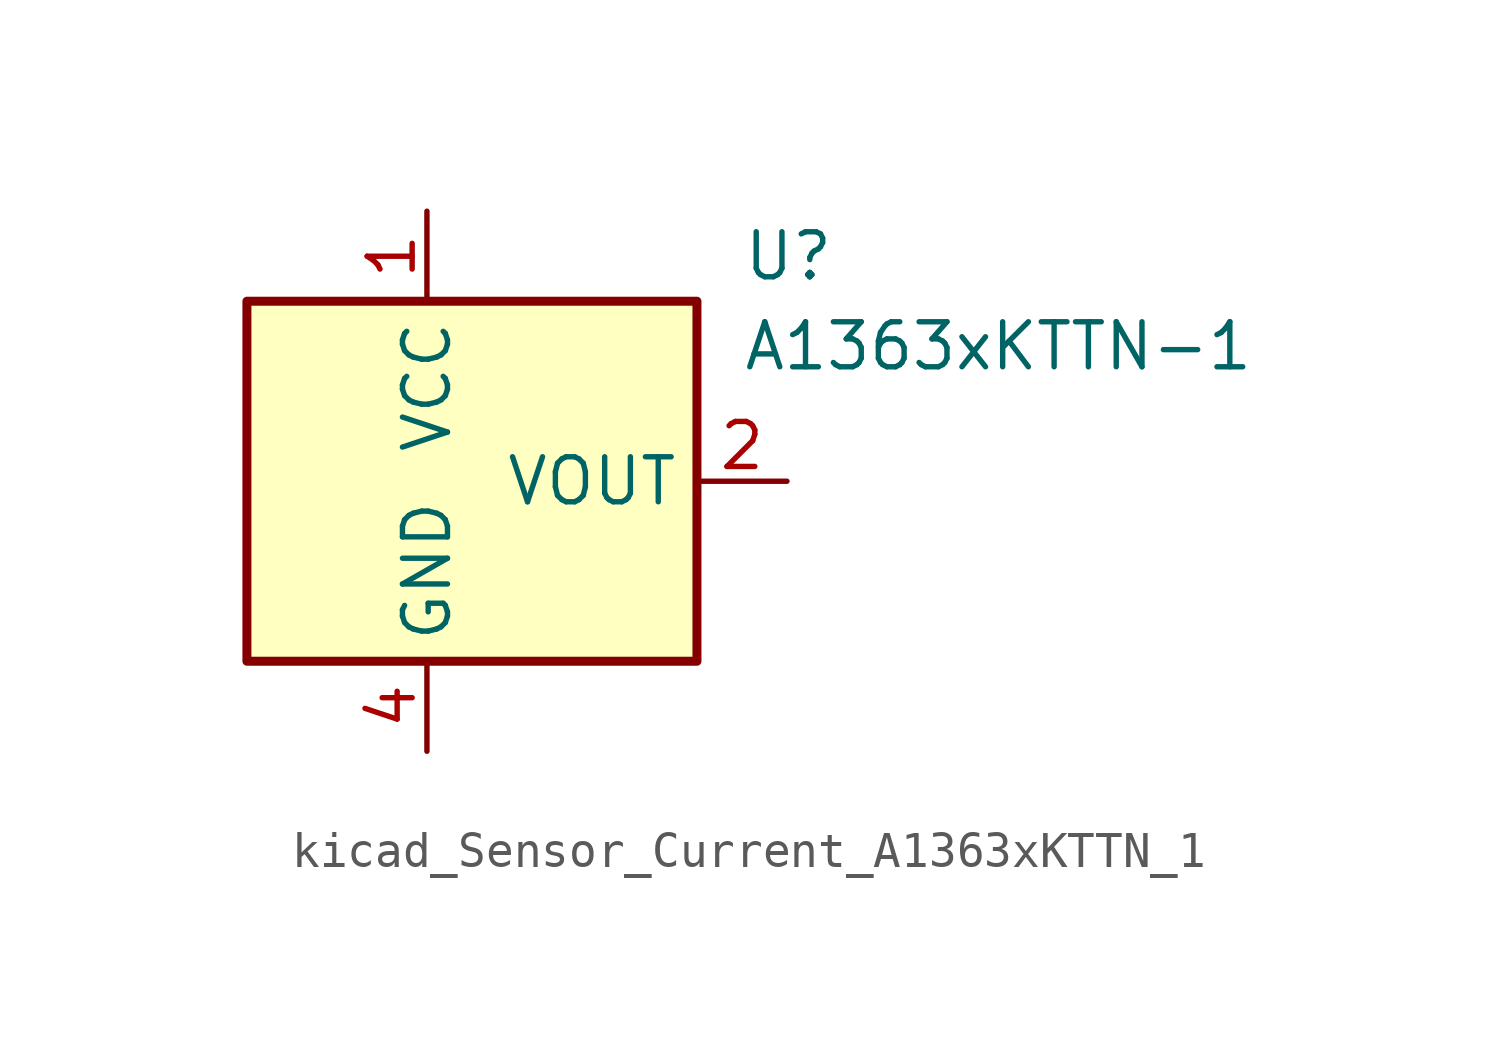
<source format=kicad_sym>
(kicad_symbol_lib
  (version 20220914)
  (generator kicad_symbol_editor)
  (symbol "kicad_Sensor_Current_A1363xKTTN_1"
    (property "Reference" "U"
      (at 8.89 6.35 0)
      (effects (font (size 1.27 1.27)) (justify left)))
    (property "Value" "A1363xKTTN-1"
      (at 8.89 3.81 0)
      (effects (font (size 1.27 1.27)) (justify left)))
    (symbol "kicad_Sensor_Current_A1363xKTTN_1_0_1"
      (rectangle (start -5.08 5.08) (end 7.62 -5.08) (stroke (width 0.254) (type default)) (fill (type background))))
    (symbol "kicad_Sensor_Current_A1363xKTTN_1_1_1"
      (pin power_in line (at 0 7.62 270) (length 2.54) (name "VCC" (effects (font (size 1.27 1.27)))) (number "1" (effects (font (size 1.27 1.27)))))
      (pin output line (at 10.16 0 180) (length 2.54) (name "VOUT" (effects (font (size 1.27 1.27)))) (number "2" (effects (font (size 1.27 1.27)))))
      (pin no_connect line (at 7.62 -2.54 180) (length 2.54) hide (name "NC" (effects (font (size 1.27 1.27)))) (number "3" (effects (font (size 1.27 1.27)))))
      (pin power_in line (at 0 -7.62 90) (length 2.54) (name "GND" (effects (font (size 1.27 1.27)))) (number "4" (effects (font (size 1.27 1.27))))))))
</source>
